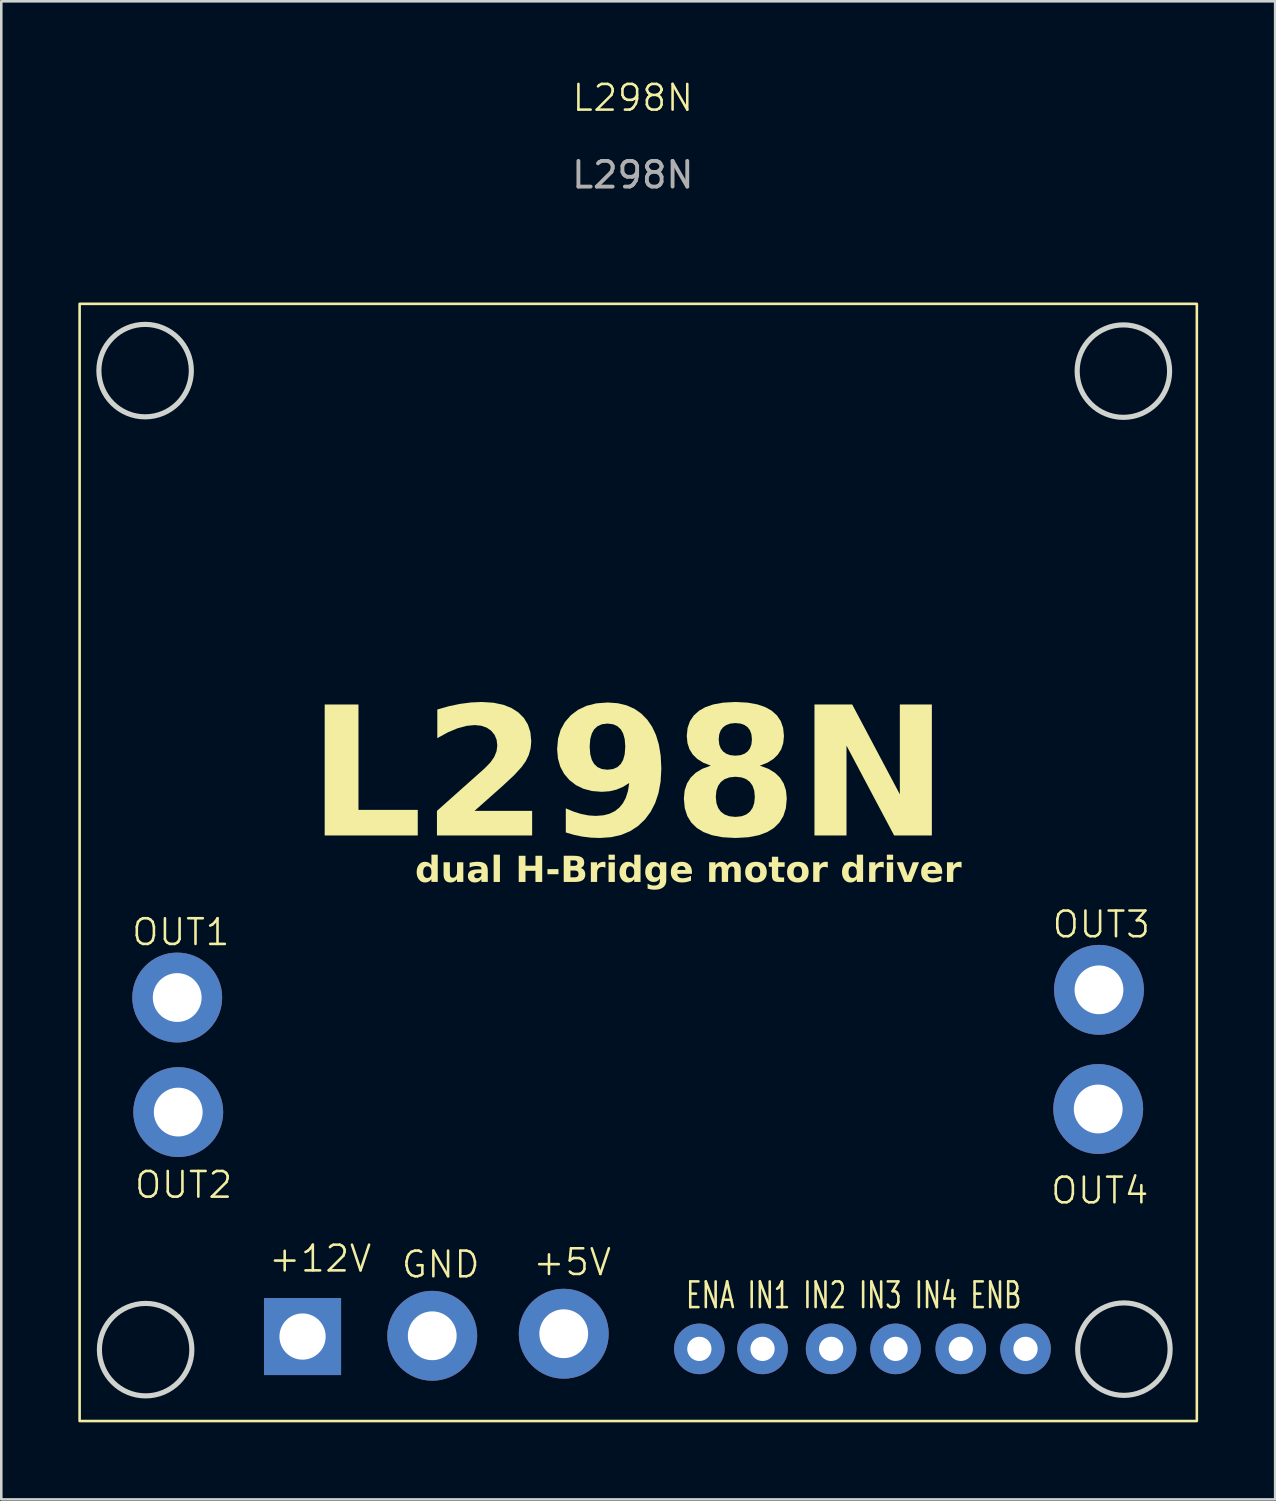
<source format=kicad_pcb>
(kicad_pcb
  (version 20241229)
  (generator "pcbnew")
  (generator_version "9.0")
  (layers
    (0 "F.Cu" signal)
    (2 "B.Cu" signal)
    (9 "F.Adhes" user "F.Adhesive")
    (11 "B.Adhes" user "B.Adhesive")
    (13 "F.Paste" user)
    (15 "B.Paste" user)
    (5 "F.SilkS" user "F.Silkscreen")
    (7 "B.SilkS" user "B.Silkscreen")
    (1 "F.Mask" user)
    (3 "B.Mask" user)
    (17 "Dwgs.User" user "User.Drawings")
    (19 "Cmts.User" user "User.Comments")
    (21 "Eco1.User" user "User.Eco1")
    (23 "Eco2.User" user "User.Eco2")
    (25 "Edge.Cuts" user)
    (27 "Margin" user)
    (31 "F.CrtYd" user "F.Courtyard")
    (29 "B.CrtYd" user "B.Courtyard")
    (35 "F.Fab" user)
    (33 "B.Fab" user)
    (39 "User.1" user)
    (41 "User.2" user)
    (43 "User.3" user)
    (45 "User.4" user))
  (footprint "L298N"
    (layer "F.Cu")
    (at 21.8 27.3)
    (property "Reference" "L298N" (at -0.21 -26.54 0) (unlocked yes) (layer "F.SilkS") (effects (font (size 1 1) (thickness 0.1))))
    (attr smd)
    (fp_rect (start -21.75 -18.52) (end 21.75 24.98) (stroke (width 0.1) (type default)) (fill no) (layer "F.SilkS"))
    (fp_circle (center -19.2 -15.92) (end -17.4 -15.92) (stroke (width 0.2) (type default)) (fill no) (layer "Edge.Cuts"))
    (fp_circle (center -19.18 22.2) (end -17.38 22.2) (stroke (width 0.2) (type default)) (fill no) (layer "Edge.Cuts"))
    (fp_circle (center 18.89 -15.9) (end 20.69 -15.9) (stroke (width 0.2) (type default)) (fill no) (layer "Edge.Cuts"))
    (fp_circle (center 18.91 22.18) (end 20.71 22.18) (stroke (width 0.2) (type default)) (fill no) (layer "Edge.Cuts"))
    (fp_text user "GND" (at -9.28 19.47 0) (unlocked yes) (layer "F.SilkS") (effects (font (size 1 1) (thickness 0.1)) (justify left bottom)))
    (fp_text user "OUT2" (at -19.67 16.37 0) (unlocked yes) (layer "F.SilkS") (effects (font (size 1 1) (thickness 0.1)) (justify left bottom)))
    (fp_text user "+5V" (at -4.16 19.38 0) (unlocked yes) (layer "F.SilkS") (effects (font (size 1 1) (thickness 0.1)) (justify left bottom)))
    (fp_text user "OUT4" (at 16 16.59 0) (unlocked yes) (layer "F.SilkS") (effects (font (size 1 1) (thickness 0.1)) (justify left bottom)))
    (fp_text user "+12V" (at -14.45 19.24 0) (unlocked yes) (layer "F.SilkS") (effects (font (size 1 1) (thickness 0.1)) (justify left bottom)))
    (fp_text user "OUT3" (at 16.06 6.23 0) (unlocked yes) (layer "F.SilkS") (effects (font (size 1 1) (thickness 0.1)) (justify left bottom)))
    (fp_text user "ENA IN1 IN2 IN3 IN4 ENB" (at 1.8 20.67 0) (unlocked yes) (layer "F.SilkS") (effects (font (size 1 0.67) (thickness 0.1)) (justify left bottom)))
    (fp_text user "L298N" (at -12.85 3.03 0) (unlocked yes) (layer "F.SilkS") (effects (font (face "Helvetica Neue") (size 5 5) (thickness 1) (bold yes)) (justify left bottom)))
    (fp_text user "dual H-Bridge motor driver" (at -8.69 4.16 0) (unlocked yes) (layer "F.SilkS") (effects (font (face "Helvetica Neue") (size 1 1) (thickness 0.2) (bold yes)) (justify left bottom)))
    (fp_text user "OUT1" (at -19.78 6.53 0) (unlocked yes) (layer "F.SilkS") (effects (font (size 1 1) (thickness 0.1)) (justify left bottom)))
    (fp_text user "${REFERENCE}" (at -0.21 -23.54 0) (unlocked yes) (layer "F.Fab") (effects (font (size 1 1) (thickness 0.15))))
    (pad "1" thru_hole circle (at -17.95 8.49) (size 3.5 3.5) (drill 1.9) (layers "*.Cu" "*.Mask"))
    (pad "2" thru_hole circle (at -17.91 12.95) (size 3.5 3.5) (drill 1.9) (layers "*.Cu" "*.Mask"))
    (pad "3" thru_hole rect (at -13.07 21.69) (size 3 3) (drill 1.8) (layers "*.Cu" "*.Mask"))
    (pad "4" thru_hole circle (at -8.02 21.66) (size 3.5 3.5) (drill 1.9) (layers "*.Cu" "*.Mask"))
    (pad "5" thru_hole circle (at -2.9 21.58) (size 3.5 3.5) (drill 1.9) (layers "*.Cu" "*.Mask"))
    (pad "6" thru_hole circle (at 2.38 22.17) (size 1.97 1.97) (drill 0.945) (layers "*.Cu" "*.Mask"))
    (pad "7" thru_hole circle (at 4.84 22.17) (size 1.97 1.97) (drill 0.945) (layers "*.Cu" "*.Mask"))
    (pad "8" thru_hole circle (at 7.51 22.17) (size 1.97 1.97) (drill 0.945) (layers "*.Cu" "*.Mask"))
    (pad "9" thru_hole circle (at 10.02 22.17) (size 1.97 1.97) (drill 0.945) (layers "*.Cu" "*.Mask"))
    (pad "10" thru_hole circle (at 12.56 22.17) (size 1.97 1.97) (drill 0.945) (layers "*.Cu" "*.Mask"))
    (pad "11" thru_hole circle (at 15.08 22.17) (size 1.97 1.97) (drill 0.945) (layers "*.Cu" "*.Mask"))
    (pad "12" thru_hole circle (at 17.91 12.83) (size 3.5 3.5) (drill 1.9) (layers "*.Cu" "*.Mask"))
    (pad "13" thru_hole circle (at 17.94 8.19) (size 3.5 3.5) (drill 1.9) (layers "*.Cu" "*.Mask")))
  (gr_rect
    (start -3 -3)
    (end 46.6 55.331)
    (stroke (width 0.1) (type default))
    (fill no)
    (layer "Edge.Cuts")))
</source>
